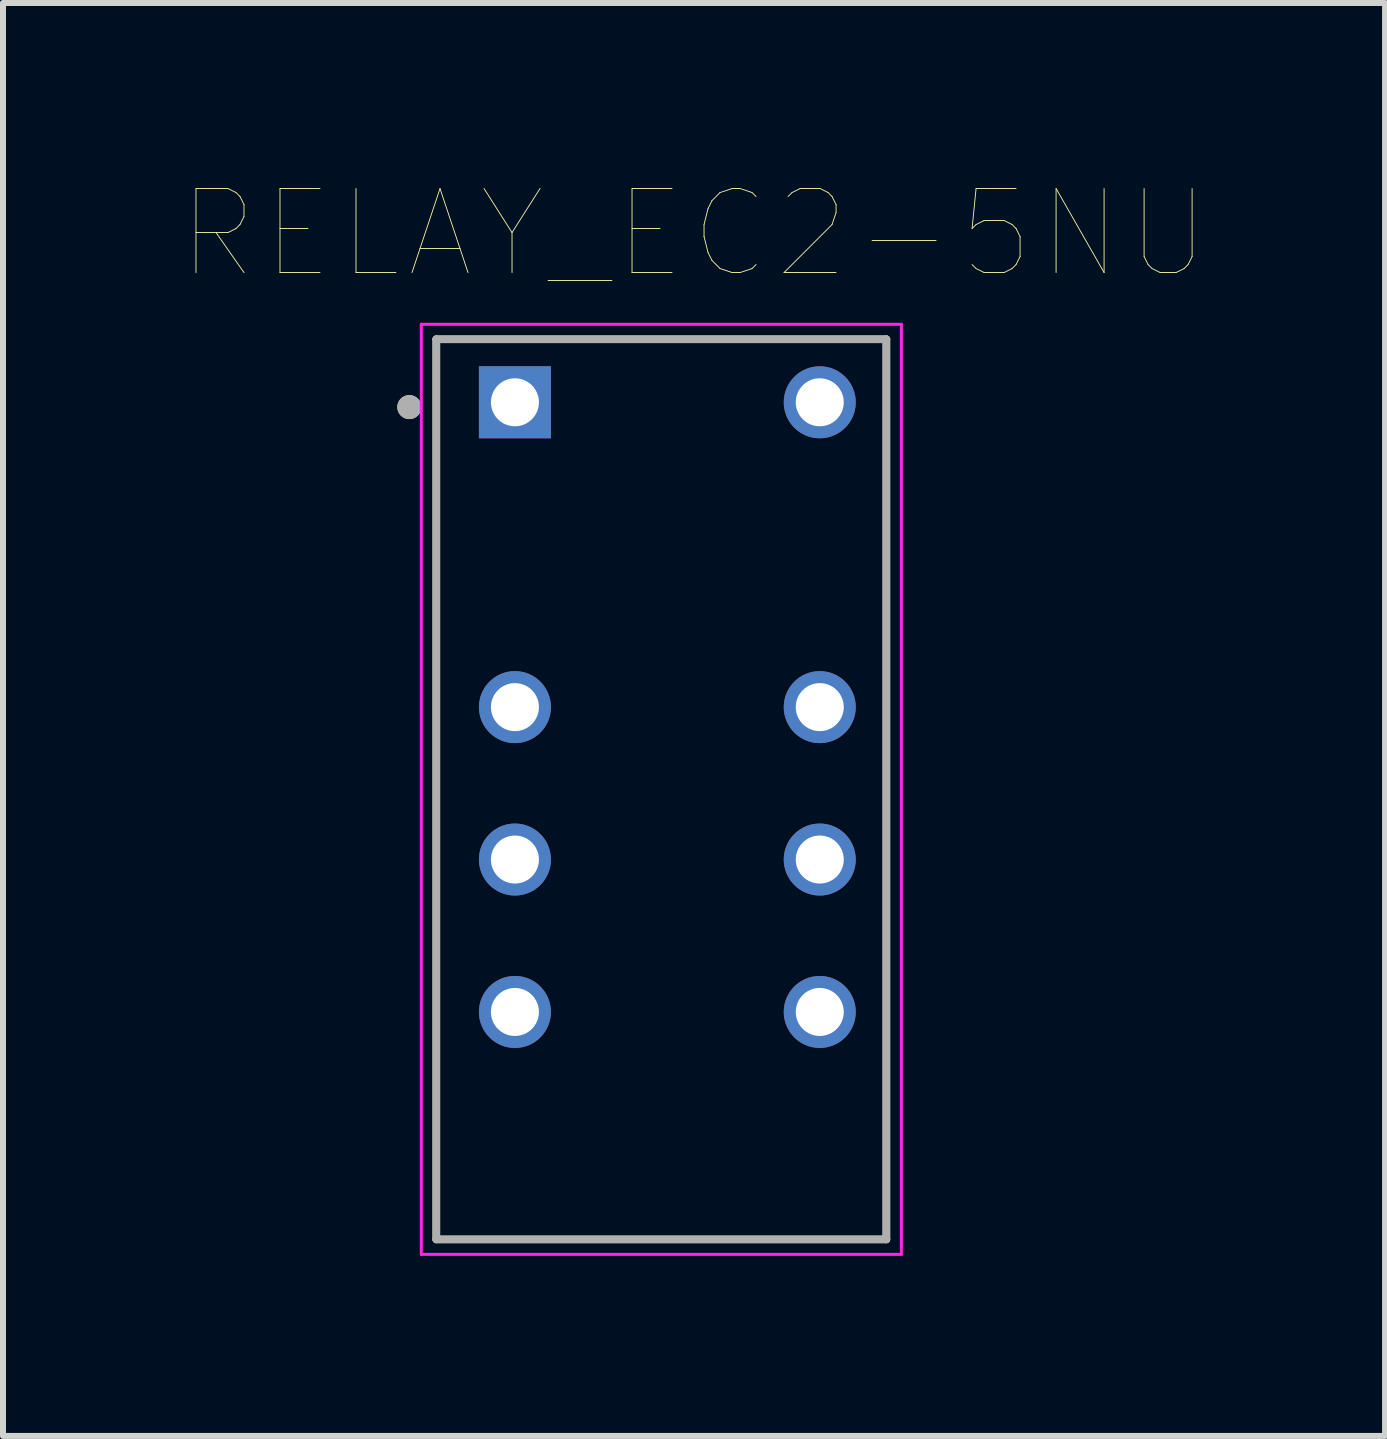
<source format=kicad_pcb>
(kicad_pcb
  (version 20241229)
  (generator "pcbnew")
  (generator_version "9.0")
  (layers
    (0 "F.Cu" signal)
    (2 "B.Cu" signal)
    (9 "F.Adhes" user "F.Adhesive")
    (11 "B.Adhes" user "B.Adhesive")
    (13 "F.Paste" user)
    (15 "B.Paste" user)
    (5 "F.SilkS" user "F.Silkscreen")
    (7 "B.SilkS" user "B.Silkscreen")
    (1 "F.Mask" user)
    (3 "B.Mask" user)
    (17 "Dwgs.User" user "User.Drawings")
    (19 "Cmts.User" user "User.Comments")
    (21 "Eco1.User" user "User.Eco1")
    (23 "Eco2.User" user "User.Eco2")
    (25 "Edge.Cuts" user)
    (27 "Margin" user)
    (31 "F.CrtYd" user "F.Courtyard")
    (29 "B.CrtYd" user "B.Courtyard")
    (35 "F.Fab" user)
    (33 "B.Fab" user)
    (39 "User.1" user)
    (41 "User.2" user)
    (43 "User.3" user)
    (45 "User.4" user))
  (footprint "RELAY_EC2-5NU"
    (layer "F.Cu")
    (at 8.071 10.104)
    (property "Reference" "RELAY_EC2-5NU" (at 0.445 -9.259 0) (layer "F.SilkS") (effects (font (size 1.4 1.4) (thickness 0.015))))
    (attr through_hole)
    (fp_line (start -3.85 -7.5) (end 3.65 -7.5) (stroke (width 0.127) (type solid)) (layer "F.SilkS"))
    (fp_line (start -3.85 7.5) (end -3.85 -7.5) (stroke (width 0.127) (type solid)) (layer "F.SilkS"))
    (fp_line (start 3.65 -7.5) (end 3.65 7.5) (stroke (width 0.127) (type solid)) (layer "F.SilkS"))
    (fp_line (start 3.65 7.5) (end -3.85 7.5) (stroke (width 0.127) (type solid)) (layer "F.SilkS"))
    (fp_circle (center -4.3 -6.37) (end -4.2 -6.37) (stroke (width 0.2) (type solid)) (fill no) (layer "F.SilkS"))
    (fp_line (start -4.1 -7.75) (end -4.1 7.75) (stroke (width 0.05) (type solid)) (layer "F.CrtYd"))
    (fp_line (start -4.1 7.75) (end 3.9 7.75) (stroke (width 0.05) (type solid)) (layer "F.CrtYd"))
    (fp_line (start 3.9 -7.75) (end -4.1 -7.75) (stroke (width 0.05) (type solid)) (layer "F.CrtYd"))
    (fp_line (start 3.9 7.75) (end 3.9 -7.75) (stroke (width 0.05) (type solid)) (layer "F.CrtYd"))
    (fp_line (start -3.85 -7.5) (end 3.65 -7.5) (stroke (width 0.127) (type solid)) (layer "F.Fab"))
    (fp_line (start -3.85 7.5) (end -3.85 -7.5) (stroke (width 0.127) (type solid)) (layer "F.Fab"))
    (fp_line (start 3.65 -7.5) (end 3.65 7.5) (stroke (width 0.127) (type solid)) (layer "F.Fab"))
    (fp_line (start 3.65 7.5) (end -3.85 7.5) (stroke (width 0.127) (type solid)) (layer "F.Fab"))
    (fp_circle (center -4.3 -6.37) (end -4.2 -6.37) (stroke (width 0.2) (type solid)) (fill no) (layer "F.Fab"))
    (pad "1" thru_hole rect (at -2.54 -6.45) (size 1.2 1.2) (drill 0.8) (layers "*.Cu" "*.Mask"))
    (pad "3" thru_hole circle (at -2.54 -1.37) (size 1.2 1.2) (drill 0.8) (layers "*.Cu" "*.Mask"))
    (pad "4" thru_hole circle (at -2.54 1.17) (size 1.2 1.2) (drill 0.8) (layers "*.Cu" "*.Mask"))
    (pad "5" thru_hole circle (at -2.54 3.71) (size 1.2 1.2) (drill 0.8) (layers "*.Cu" "*.Mask"))
    (pad "8" thru_hole circle (at 2.54 3.71) (size 1.2 1.2) (drill 0.8) (layers "*.Cu" "*.Mask"))
    (pad "9" thru_hole circle (at 2.54 1.17) (size 1.2 1.2) (drill 0.8) (layers "*.Cu" "*.Mask"))
    (pad "10" thru_hole circle (at 2.54 -1.37) (size 1.2 1.2) (drill 0.8) (layers "*.Cu" "*.Mask"))
    (pad "12" thru_hole circle (at 2.54 -6.45) (size 1.2 1.2) (drill 0.8) (layers "*.Cu" "*.Mask")))
  (gr_rect
    (start -3 -3)
    (end 20.032 20.879)
    (stroke (width 0.1) (type default))
    (fill no)
    (layer "Edge.Cuts")))
</source>
